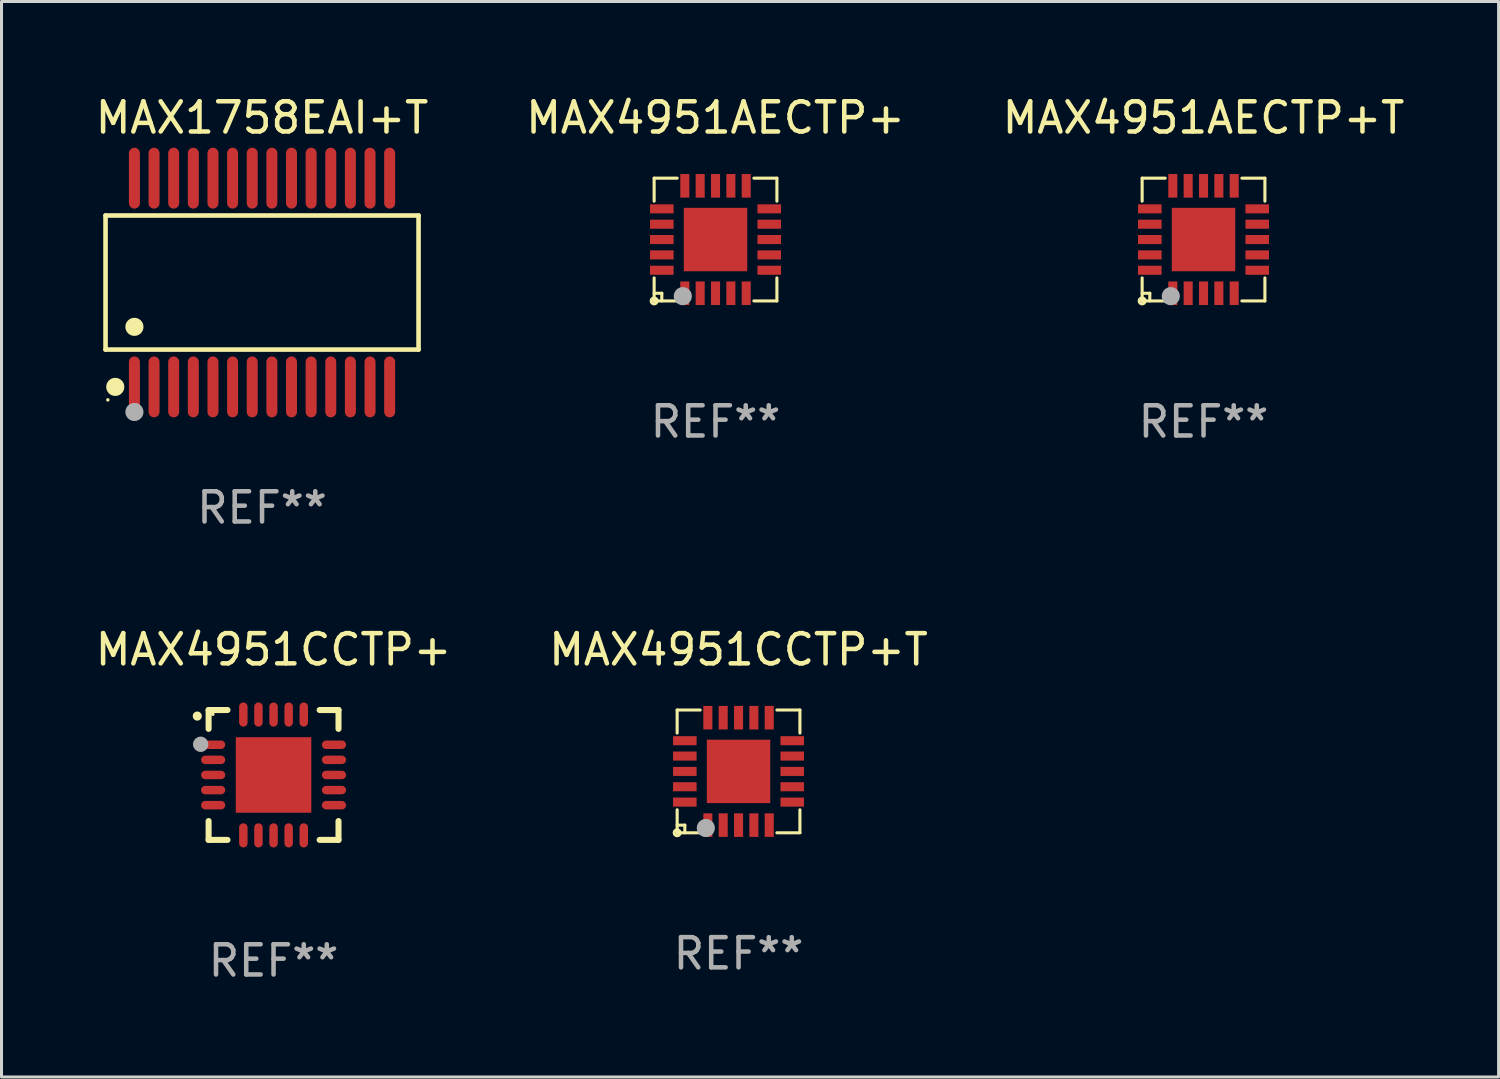
<source format=kicad_pcb>
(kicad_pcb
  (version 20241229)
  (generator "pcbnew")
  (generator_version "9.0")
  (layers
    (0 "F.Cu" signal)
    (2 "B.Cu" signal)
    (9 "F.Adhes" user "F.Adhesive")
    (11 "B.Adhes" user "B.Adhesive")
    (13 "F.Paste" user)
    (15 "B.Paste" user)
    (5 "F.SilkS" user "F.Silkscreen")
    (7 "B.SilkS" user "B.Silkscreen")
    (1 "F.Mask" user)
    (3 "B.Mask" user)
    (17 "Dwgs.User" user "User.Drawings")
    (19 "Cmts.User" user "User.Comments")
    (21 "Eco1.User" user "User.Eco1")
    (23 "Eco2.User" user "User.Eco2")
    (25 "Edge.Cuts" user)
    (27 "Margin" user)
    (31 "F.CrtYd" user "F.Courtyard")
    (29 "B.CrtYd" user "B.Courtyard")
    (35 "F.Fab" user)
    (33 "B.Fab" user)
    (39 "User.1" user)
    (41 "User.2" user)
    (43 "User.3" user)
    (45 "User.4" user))
  (footprint "MAX1758EAI+T"
    (layer "F.Cu")
    (at 5.625 6.303)
    (property "Reference" "MAX1758EAI+T" (at 0 -5.455 0) (layer "F.SilkS") (effects (font (size 1 1) (thickness 0.15))))
    (attr through_hole)
    (fp_line (start -5.181 -2.219) (end 5.181 -2.219) (stroke (width 0.152) (type solid)) (layer "F.SilkS"))
    (fp_line (start -5.181 2.219) (end -5.181 -2.219) (stroke (width 0.152) (type solid)) (layer "F.SilkS"))
    (fp_line (start 5.181 -2.219) (end 5.181 2.219) (stroke (width 0.152) (type solid)) (layer "F.SilkS"))
    (fp_line (start 5.181 2.219) (end -5.181 2.219) (stroke (width 0.152) (type solid)) (layer "F.SilkS"))
    (fp_circle (center -5.105 3.885) (end -5.075 3.885) (stroke (width 0.06) (type solid)) (fill no) (layer "F.SilkS"))
    (fp_circle (center -4.859 3.455) (end -4.709 3.455) (stroke (width 0.3) (type solid)) (fill no) (layer "F.SilkS"))
    (fp_circle (center -4.225 1.467) (end -4.075 1.467) (stroke (width 0.3) (type solid)) (fill no) (layer "F.SilkS"))
    (fp_circle (center -4.225 4.285) (end -4.075 4.285) (stroke (width 0.3) (type solid)) (fill no) (layer "F.Fab"))
    (fp_text user "REF**" (at 0 7.455 0) (layer "F.Fab") (effects (font (size 1 1) (thickness 0.15))))
    (pad "1" smd oval (at -4.225 3.455) (size 0.364 2.015) (layers "F.Cu" "F.Mask" "F.Paste"))
    (pad "2" smd oval (at -3.575 3.455) (size 0.364 2.015) (layers "F.Cu" "F.Mask" "F.Paste"))
    (pad "3" smd oval (at -2.925 3.455) (size 0.364 2.015) (layers "F.Cu" "F.Mask" "F.Paste"))
    (pad "4" smd oval (at -2.275 3.455) (size 0.364 2.015) (layers "F.Cu" "F.Mask" "F.Paste"))
    (pad "5" smd oval (at -1.625 3.455) (size 0.364 2.015) (layers "F.Cu" "F.Mask" "F.Paste"))
    (pad "6" smd oval (at -0.975 3.455) (size 0.364 2.015) (layers "F.Cu" "F.Mask" "F.Paste"))
    (pad "7" smd oval (at -0.325 3.455) (size 0.364 2.015) (layers "F.Cu" "F.Mask" "F.Paste"))
    (pad "8" smd oval (at 0.325 3.455) (size 0.364 2.015) (layers "F.Cu" "F.Mask" "F.Paste"))
    (pad "9" smd oval (at 0.975 3.455) (size 0.364 2.015) (layers "F.Cu" "F.Mask" "F.Paste"))
    (pad "10" smd oval (at 1.625 3.455) (size 0.364 2.015) (layers "F.Cu" "F.Mask" "F.Paste"))
    (pad "11" smd oval (at 2.275 3.455) (size 0.364 2.015) (layers "F.Cu" "F.Mask" "F.Paste"))
    (pad "12" smd oval (at 2.925 3.455) (size 0.364 2.015) (layers "F.Cu" "F.Mask" "F.Paste"))
    (pad "13" smd oval (at 3.575 3.455) (size 0.364 2.015) (layers "F.Cu" "F.Mask" "F.Paste"))
    (pad "14" smd oval (at 4.225 3.455) (size 0.364 2.015) (layers "F.Cu" "F.Mask" "F.Paste"))
    (pad "15" smd oval (at 4.225 -3.455) (size 0.364 2.015) (layers "F.Cu" "F.Mask" "F.Paste"))
    (pad "16" smd oval (at 3.575 -3.455) (size 0.364 2.015) (layers "F.Cu" "F.Mask" "F.Paste"))
    (pad "17" smd oval (at 2.925 -3.455) (size 0.364 2.015) (layers "F.Cu" "F.Mask" "F.Paste"))
    (pad "18" smd oval (at 2.275 -3.455) (size 0.364 2.015) (layers "F.Cu" "F.Mask" "F.Paste"))
    (pad "19" smd oval (at 1.625 -3.455) (size 0.364 2.015) (layers "F.Cu" "F.Mask" "F.Paste"))
    (pad "20" smd oval (at 0.975 -3.455) (size 0.364 2.015) (layers "F.Cu" "F.Mask" "F.Paste"))
    (pad "21" smd oval (at 0.325 -3.455) (size 0.364 2.015) (layers "F.Cu" "F.Mask" "F.Paste"))
    (pad "22" smd oval (at -0.325 -3.455) (size 0.364 2.015) (layers "F.Cu" "F.Mask" "F.Paste"))
    (pad "23" smd oval (at -0.975 -3.455) (size 0.364 2.015) (layers "F.Cu" "F.Mask" "F.Paste"))
    (pad "24" smd oval (at -1.625 -3.455) (size 0.364 2.015) (layers "F.Cu" "F.Mask" "F.Paste"))
    (pad "25" smd oval (at -2.275 -3.455) (size 0.364 2.015) (layers "F.Cu" "F.Mask" "F.Paste"))
    (pad "26" smd oval (at -2.925 -3.455) (size 0.364 2.015) (layers "F.Cu" "F.Mask" "F.Paste"))
    (pad "27" smd oval (at -3.575 -3.455) (size 0.364 2.015) (layers "F.Cu" "F.Mask" "F.Paste"))
    (pad "28" smd oval (at -4.225 -3.455) (size 0.364 2.015) (layers "F.Cu" "F.Mask" "F.Paste")))
  (footprint "MAX4951CCTP+T"
    (layer "F.Cu")
    (at 21.399 22.487)
    (property "Reference" "MAX4951CCTP+T" (at 0 -4.032 0) (layer "F.SilkS") (effects (font (size 1 1) (thickness 0.15))))
    (attr through_hole)
    (fp_line (start -2.032 -2.032) (end -1.27 -2.032) (stroke (width 0.102) (type solid)) (layer "F.SilkS"))
    (fp_line (start -2.032 -1.27) (end -2.032 -2.032) (stroke (width 0.102) (type solid)) (layer "F.SilkS"))
    (fp_line (start -2.032 1.778) (end -1.778 1.778) (stroke (width 0.102) (type solid)) (layer "F.SilkS"))
    (fp_line (start -2.032 2.032) (end -2.032 1.27) (stroke (width 0.102) (type solid)) (layer "F.SilkS"))
    (fp_line (start -1.778 1.778) (end -1.778 2.032) (stroke (width 0.102) (type solid)) (layer "F.SilkS"))
    (fp_line (start -1.27 2.032) (end -2.032 2.032) (stroke (width 0.102) (type solid)) (layer "F.SilkS"))
    (fp_line (start 1.27 -2.032) (end 2.032 -2.032) (stroke (width 0.102) (type solid)) (layer "F.SilkS"))
    (fp_line (start 1.27 2.032) (end 2.032 2.032) (stroke (width 0.102) (type solid)) (layer "F.SilkS"))
    (fp_line (start 2.032 -2.032) (end 2.032 -1.27) (stroke (width 0.102) (type solid)) (layer "F.SilkS"))
    (fp_line (start 2.032 2.032) (end 2.032 1.27) (stroke (width 0.102) (type solid)) (layer "F.SilkS"))
    (fp_circle (center -2.032 2.032) (end -1.933 2.032) (stroke (width 0.1) (type solid)) (fill no) (layer "F.SilkS"))
    (fp_circle (center -2.002 2) (end -1.972 2) (stroke (width 0.06) (type solid)) (fill no) (layer "F.SilkS"))
    (fp_circle (center -1.083 1.874) (end -0.933 1.874) (stroke (width 0.3) (type solid)) (fill no) (layer "F.Fab"))
    (fp_text user "REF**" (at 0 6.032 0) (layer "F.Fab") (effects (font (size 1 1) (thickness 0.15))))
    (pad "1" smd rect (at -1.016 1.778 180) (size 0.3 0.78) (layers "F.Cu" "F.Mask" "F.Paste"))
    (pad "2" smd rect (at -0.508 1.778 180) (size 0.3 0.78) (layers "F.Cu" "F.Mask" "F.Paste"))
    (pad "3" smd rect (at 0.000254 1.778 180) (size 0.3 0.78) (layers "F.Cu" "F.Mask" "F.Paste"))
    (pad "4" smd rect (at 0.508 1.778 180) (size 0.3 0.78) (layers "F.Cu" "F.Mask" "F.Paste"))
    (pad "5" smd rect (at 1.016 1.778 180) (size 0.3 0.78) (layers "F.Cu" "F.Mask" "F.Paste"))
    (pad "6" smd rect (at 1.778 1.016 270) (size 0.3 0.78) (layers "F.Cu" "F.Mask" "F.Paste"))
    (pad "7" smd rect (at 1.778 0.508 270) (size 0.3 0.78) (layers "F.Cu" "F.Mask" "F.Paste"))
    (pad "8" smd rect (at 1.778 0 270) (size 0.3 0.78) (layers "F.Cu" "F.Mask" "F.Paste"))
    (pad "9" smd rect (at 1.778 -0.508 270) (size 0.3 0.78) (layers "F.Cu" "F.Mask" "F.Paste"))
    (pad "10" smd rect (at 1.778 -1.016 270) (size 0.3 0.78) (layers "F.Cu" "F.Mask" "F.Paste"))
    (pad "11" smd rect (at 1.016 -1.778) (size 0.3 0.78) (layers "F.Cu" "F.Mask" "F.Paste"))
    (pad "12" smd rect (at 0.508 -1.778) (size 0.3 0.78) (layers "F.Cu" "F.Mask" "F.Paste"))
    (pad "13" smd rect (at 0.000254 -1.778) (size 0.3 0.78) (layers "F.Cu" "F.Mask" "F.Paste"))
    (pad "14" smd rect (at -0.508 -1.778) (size 0.3 0.78) (layers "F.Cu" "F.Mask" "F.Paste"))
    (pad "15" smd rect (at -1.016 -1.778) (size 0.3 0.78) (layers "F.Cu" "F.Mask" "F.Paste"))
    (pad "16" smd rect (at -1.778 -1.016 90) (size 0.3 0.78) (layers "F.Cu" "F.Mask" "F.Paste"))
    (pad "17" smd rect (at -1.778 -0.508 90) (size 0.3 0.78) (layers "F.Cu" "F.Mask" "F.Paste"))
    (pad "18" smd rect (at -1.778 0 90) (size 0.3 0.78) (layers "F.Cu" "F.Mask" "F.Paste"))
    (pad "19" smd rect (at -1.778 0.508 90) (size 0.3 0.78) (layers "F.Cu" "F.Mask" "F.Paste"))
    (pad "20" smd rect (at -1.778 1.016 90) (size 0.3 0.78) (layers "F.Cu" "F.Mask" "F.Paste"))
    (pad "21" smd rect (at 0 0 90) (size 2.1 2.1) (layers "F.Cu" "F.Mask" "F.Paste")))
  (footprint "MAX4951CCTP+"
    (layer "F.Cu")
    (at 6.006 22.605)
    (property "Reference" "MAX4951CCTP+" (at 0 -4.15 0) (layer "F.SilkS") (effects (font (size 1 1) (thickness 0.15))))
    (attr through_hole)
    (fp_line (start -2.15 -2.15) (end -1.525 -2.15) (stroke (width 0.2) (type solid)) (layer "F.SilkS"))
    (fp_line (start -2.15 -1.525) (end -2.15 -2.15) (stroke (width 0.2) (type solid)) (layer "F.SilkS"))
    (fp_line (start -2.15 1.525) (end -2.15 2.15) (stroke (width 0.2) (type solid)) (layer "F.SilkS"))
    (fp_line (start -2.15 2.15) (end -1.525 2.15) (stroke (width 0.2) (type solid)) (layer "F.SilkS"))
    (fp_line (start 1.525 2.15) (end 2.15 2.15) (stroke (width 0.2) (type solid)) (layer "F.SilkS"))
    (fp_line (start 2.15 -2.15) (end 1.525 -2.15) (stroke (width 0.2) (type solid)) (layer "F.SilkS"))
    (fp_line (start 2.15 -1.525) (end 2.15 -2.15) (stroke (width 0.2) (type solid)) (layer "F.SilkS"))
    (fp_line (start 2.15 2.15) (end 2.15 1.525) (stroke (width 0.2) (type solid)) (layer "F.SilkS"))
    (fp_arc (start -2.524765 -1.948184) (mid -2.52477 -1.949454) (end -2.524765 -1.950724) (stroke (width 0.3) (type solid)) (layer "F.SilkS"))
    (fp_circle (center -2.01 -2.009) (end -1.98 -2.009) (stroke (width 0.06) (type solid)) (fill no) (layer "F.SilkS"))
    (fp_circle (center -2.413 -1.016) (end -2.286 -1.016) (stroke (width 0.254) (type solid)) (fill no) (layer "F.Fab"))
    (fp_text user "REF**" (at 0 6.15 0) (layer "F.Fab") (effects (font (size 1 1) (thickness 0.15))))
    (pad "1" smd oval (at -2 -1 90) (size 0.28 0.8) (layers "F.Cu" "F.Mask" "F.Paste"))
    (pad "2" smd oval (at -2 -0.5 90) (size 0.28 0.8) (layers "F.Cu" "F.Mask" "F.Paste"))
    (pad "3" smd oval (at -2 0.000076 90) (size 0.28 0.8) (layers "F.Cu" "F.Mask" "F.Paste"))
    (pad "4" smd oval (at -2 0.5 90) (size 0.28 0.8) (layers "F.Cu" "F.Mask" "F.Paste"))
    (pad "5" smd oval (at -2 1 90) (size 0.28 0.8) (layers "F.Cu" "F.Mask" "F.Paste"))
    (pad "6" smd oval (at -1 2) (size 0.28 0.8) (layers "F.Cu" "F.Mask" "F.Paste"))
    (pad "7" smd oval (at -0.5 2) (size 0.28 0.8) (layers "F.Cu" "F.Mask" "F.Paste"))
    (pad "8" smd oval (at -0.000076 2) (size 0.28 0.8) (layers "F.Cu" "F.Mask" "F.Paste"))
    (pad "9" smd oval (at 0.5 2) (size 0.28 0.8) (layers "F.Cu" "F.Mask" "F.Paste"))
    (pad "10" smd oval (at 1 2) (size 0.28 0.8) (layers "F.Cu" "F.Mask" "F.Paste"))
    (pad "11" smd oval (at 2 1 90) (size 0.28 0.8) (layers "F.Cu" "F.Mask" "F.Paste"))
    (pad "12" smd oval (at 2 0.5 90) (size 0.28 0.8) (layers "F.Cu" "F.Mask" "F.Paste"))
    (pad "13" smd oval (at 2 0.000076 90) (size 0.28 0.8) (layers "F.Cu" "F.Mask" "F.Paste"))
    (pad "14" smd oval (at 2 -0.5 90) (size 0.28 0.8) (layers "F.Cu" "F.Mask" "F.Paste"))
    (pad "15" smd oval (at 2 -1 90) (size 0.28 0.8) (layers "F.Cu" "F.Mask" "F.Paste"))
    (pad "16" smd oval (at 1 -2) (size 0.28 0.8) (layers "F.Cu" "F.Mask" "F.Paste"))
    (pad "17" smd oval (at 0.5 -2) (size 0.28 0.8) (layers "F.Cu" "F.Mask" "F.Paste"))
    (pad "18" smd oval (at -0.000076 -2) (size 0.28 0.8) (layers "F.Cu" "F.Mask" "F.Paste"))
    (pad "19" smd oval (at -0.5 -2) (size 0.28 0.8) (layers "F.Cu" "F.Mask" "F.Paste"))
    (pad "20" smd oval (at -1 -2) (size 0.28 0.8) (layers "F.Cu" "F.Mask" "F.Paste"))
    (pad "21" smd rect (at -0.000076 0.000076) (size 2.5 2.5) (layers "F.Cu" "F.Mask" "F.Paste")))
  (footprint "MAX4951AECTP+T"
    (layer "F.Cu")
    (at 36.792 4.88)
    (property "Reference" "MAX4951AECTP+T" (at 0 -4.032 0) (layer "F.SilkS") (effects (font (size 1 1) (thickness 0.15))))
    (attr through_hole)
    (fp_line (start -2.032 -2.032) (end -1.27 -2.032) (stroke (width 0.102) (type solid)) (layer "F.SilkS"))
    (fp_line (start -2.032 -1.27) (end -2.032 -2.032) (stroke (width 0.102) (type solid)) (layer "F.SilkS"))
    (fp_line (start -2.032 1.778) (end -1.778 1.778) (stroke (width 0.102) (type solid)) (layer "F.SilkS"))
    (fp_line (start -2.032 2.032) (end -2.032 1.27) (stroke (width 0.102) (type solid)) (layer "F.SilkS"))
    (fp_line (start -1.778 1.778) (end -1.778 2.032) (stroke (width 0.102) (type solid)) (layer "F.SilkS"))
    (fp_line (start -1.27 2.032) (end -2.032 2.032) (stroke (width 0.102) (type solid)) (layer "F.SilkS"))
    (fp_line (start 1.27 -2.032) (end 2.032 -2.032) (stroke (width 0.102) (type solid)) (layer "F.SilkS"))
    (fp_line (start 1.27 2.032) (end 2.032 2.032) (stroke (width 0.102) (type solid)) (layer "F.SilkS"))
    (fp_line (start 2.032 -2.032) (end 2.032 -1.27) (stroke (width 0.102) (type solid)) (layer "F.SilkS"))
    (fp_line (start 2.032 2.032) (end 2.032 1.27) (stroke (width 0.102) (type solid)) (layer "F.SilkS"))
    (fp_circle (center -2.032 2.032) (end -1.933 2.032) (stroke (width 0.1) (type solid)) (fill no) (layer "F.SilkS"))
    (fp_circle (center -2.002 2) (end -1.972 2) (stroke (width 0.06) (type solid)) (fill no) (layer "F.SilkS"))
    (fp_circle (center -1.083 1.874) (end -0.933 1.874) (stroke (width 0.3) (type solid)) (fill no) (layer "F.Fab"))
    (fp_text user "REF**" (at 0 6.032 0) (layer "F.Fab") (effects (font (size 1 1) (thickness 0.15))))
    (pad "1" smd rect (at -1.016 1.778 180) (size 0.3 0.78) (layers "F.Cu" "F.Mask" "F.Paste"))
    (pad "2" smd rect (at -0.508 1.778 180) (size 0.3 0.78) (layers "F.Cu" "F.Mask" "F.Paste"))
    (pad "3" smd rect (at 0.000254 1.778 180) (size 0.3 0.78) (layers "F.Cu" "F.Mask" "F.Paste"))
    (pad "4" smd rect (at 0.508 1.778 180) (size 0.3 0.78) (layers "F.Cu" "F.Mask" "F.Paste"))
    (pad "5" smd rect (at 1.016 1.778 180) (size 0.3 0.78) (layers "F.Cu" "F.Mask" "F.Paste"))
    (pad "6" smd rect (at 1.778 1.016 270) (size 0.3 0.78) (layers "F.Cu" "F.Mask" "F.Paste"))
    (pad "7" smd rect (at 1.778 0.508 270) (size 0.3 0.78) (layers "F.Cu" "F.Mask" "F.Paste"))
    (pad "8" smd rect (at 1.778 0 270) (size 0.3 0.78) (layers "F.Cu" "F.Mask" "F.Paste"))
    (pad "9" smd rect (at 1.778 -0.508 270) (size 0.3 0.78) (layers "F.Cu" "F.Mask" "F.Paste"))
    (pad "10" smd rect (at 1.778 -1.016 270) (size 0.3 0.78) (layers "F.Cu" "F.Mask" "F.Paste"))
    (pad "11" smd rect (at 1.016 -1.778) (size 0.3 0.78) (layers "F.Cu" "F.Mask" "F.Paste"))
    (pad "12" smd rect (at 0.508 -1.778) (size 0.3 0.78) (layers "F.Cu" "F.Mask" "F.Paste"))
    (pad "13" smd rect (at 0.000254 -1.778) (size 0.3 0.78) (layers "F.Cu" "F.Mask" "F.Paste"))
    (pad "14" smd rect (at -0.508 -1.778) (size 0.3 0.78) (layers "F.Cu" "F.Mask" "F.Paste"))
    (pad "15" smd rect (at -1.016 -1.778) (size 0.3 0.78) (layers "F.Cu" "F.Mask" "F.Paste"))
    (pad "16" smd rect (at -1.778 -1.016 90) (size 0.3 0.78) (layers "F.Cu" "F.Mask" "F.Paste"))
    (pad "17" smd rect (at -1.778 -0.508 90) (size 0.3 0.78) (layers "F.Cu" "F.Mask" "F.Paste"))
    (pad "18" smd rect (at -1.778 0 90) (size 0.3 0.78) (layers "F.Cu" "F.Mask" "F.Paste"))
    (pad "19" smd rect (at -1.778 0.508 90) (size 0.3 0.78) (layers "F.Cu" "F.Mask" "F.Paste"))
    (pad "20" smd rect (at -1.778 1.016 90) (size 0.3 0.78) (layers "F.Cu" "F.Mask" "F.Paste"))
    (pad "21" smd rect (at 0 0 90) (size 2.1 2.1) (layers "F.Cu" "F.Mask" "F.Paste")))
  (footprint "MAX4951AECTP+"
    (layer "F.Cu")
    (at 20.637 4.88)
    (property "Reference" "MAX4951AECTP+" (at 0 -4.032 0) (layer "F.SilkS") (effects (font (size 1 1) (thickness 0.15))))
    (attr through_hole)
    (fp_line (start -2.032 -2.032) (end -1.27 -2.032) (stroke (width 0.102) (type solid)) (layer "F.SilkS"))
    (fp_line (start -2.032 -1.27) (end -2.032 -2.032) (stroke (width 0.102) (type solid)) (layer "F.SilkS"))
    (fp_line (start -2.032 1.778) (end -1.778 1.778) (stroke (width 0.102) (type solid)) (layer "F.SilkS"))
    (fp_line (start -2.032 2.032) (end -2.032 1.27) (stroke (width 0.102) (type solid)) (layer "F.SilkS"))
    (fp_line (start -1.778 1.778) (end -1.778 2.032) (stroke (width 0.102) (type solid)) (layer "F.SilkS"))
    (fp_line (start -1.27 2.032) (end -2.032 2.032) (stroke (width 0.102) (type solid)) (layer "F.SilkS"))
    (fp_line (start 1.27 -2.032) (end 2.032 -2.032) (stroke (width 0.102) (type solid)) (layer "F.SilkS"))
    (fp_line (start 1.27 2.032) (end 2.032 2.032) (stroke (width 0.102) (type solid)) (layer "F.SilkS"))
    (fp_line (start 2.032 -2.032) (end 2.032 -1.27) (stroke (width 0.102) (type solid)) (layer "F.SilkS"))
    (fp_line (start 2.032 2.032) (end 2.032 1.27) (stroke (width 0.102) (type solid)) (layer "F.SilkS"))
    (fp_circle (center -2.032 2.032) (end -1.933 2.032) (stroke (width 0.1) (type solid)) (fill no) (layer "F.SilkS"))
    (fp_circle (center -2.002 2) (end -1.972 2) (stroke (width 0.06) (type solid)) (fill no) (layer "F.SilkS"))
    (fp_circle (center -1.083 1.874) (end -0.933 1.874) (stroke (width 0.3) (type solid)) (fill no) (layer "F.Fab"))
    (fp_text user "REF**" (at 0 6.032 0) (layer "F.Fab") (effects (font (size 1 1) (thickness 0.15))))
    (pad "1" smd rect (at -1.016 1.778 180) (size 0.3 0.78) (layers "F.Cu" "F.Mask" "F.Paste"))
    (pad "2" smd rect (at -0.508 1.778 180) (size 0.3 0.78) (layers "F.Cu" "F.Mask" "F.Paste"))
    (pad "3" smd rect (at 0.000254 1.778 180) (size 0.3 0.78) (layers "F.Cu" "F.Mask" "F.Paste"))
    (pad "4" smd rect (at 0.508 1.778 180) (size 0.3 0.78) (layers "F.Cu" "F.Mask" "F.Paste"))
    (pad "5" smd rect (at 1.016 1.778 180) (size 0.3 0.78) (layers "F.Cu" "F.Mask" "F.Paste"))
    (pad "6" smd rect (at 1.778 1.016 270) (size 0.3 0.78) (layers "F.Cu" "F.Mask" "F.Paste"))
    (pad "7" smd rect (at 1.778 0.508 270) (size 0.3 0.78) (layers "F.Cu" "F.Mask" "F.Paste"))
    (pad "8" smd rect (at 1.778 0 270) (size 0.3 0.78) (layers "F.Cu" "F.Mask" "F.Paste"))
    (pad "9" smd rect (at 1.778 -0.508 270) (size 0.3 0.78) (layers "F.Cu" "F.Mask" "F.Paste"))
    (pad "10" smd rect (at 1.778 -1.016 270) (size 0.3 0.78) (layers "F.Cu" "F.Mask" "F.Paste"))
    (pad "11" smd rect (at 1.016 -1.778) (size 0.3 0.78) (layers "F.Cu" "F.Mask" "F.Paste"))
    (pad "12" smd rect (at 0.508 -1.778) (size 0.3 0.78) (layers "F.Cu" "F.Mask" "F.Paste"))
    (pad "13" smd rect (at 0.000254 -1.778) (size 0.3 0.78) (layers "F.Cu" "F.Mask" "F.Paste"))
    (pad "14" smd rect (at -0.508 -1.778) (size 0.3 0.78) (layers "F.Cu" "F.Mask" "F.Paste"))
    (pad "15" smd rect (at -1.016 -1.778) (size 0.3 0.78) (layers "F.Cu" "F.Mask" "F.Paste"))
    (pad "16" smd rect (at -1.778 -1.016 90) (size 0.3 0.78) (layers "F.Cu" "F.Mask" "F.Paste"))
    (pad "17" smd rect (at -1.778 -0.508 90) (size 0.3 0.78) (layers "F.Cu" "F.Mask" "F.Paste"))
    (pad "18" smd rect (at -1.778 0 90) (size 0.3 0.78) (layers "F.Cu" "F.Mask" "F.Paste"))
    (pad "19" smd rect (at -1.778 0.508 90) (size 0.3 0.78) (layers "F.Cu" "F.Mask" "F.Paste"))
    (pad "20" smd rect (at -1.778 1.016 90) (size 0.3 0.78) (layers "F.Cu" "F.Mask" "F.Paste"))
    (pad "21" smd rect (at 0 0 90) (size 2.1 2.1) (layers "F.Cu" "F.Mask" "F.Paste")))
  (gr_rect
    (start -3 -3)
    (end 46.56 32.603)
    (stroke (width 0.1) (type default))
    (fill no)
    (layer "Edge.Cuts")))
</source>
